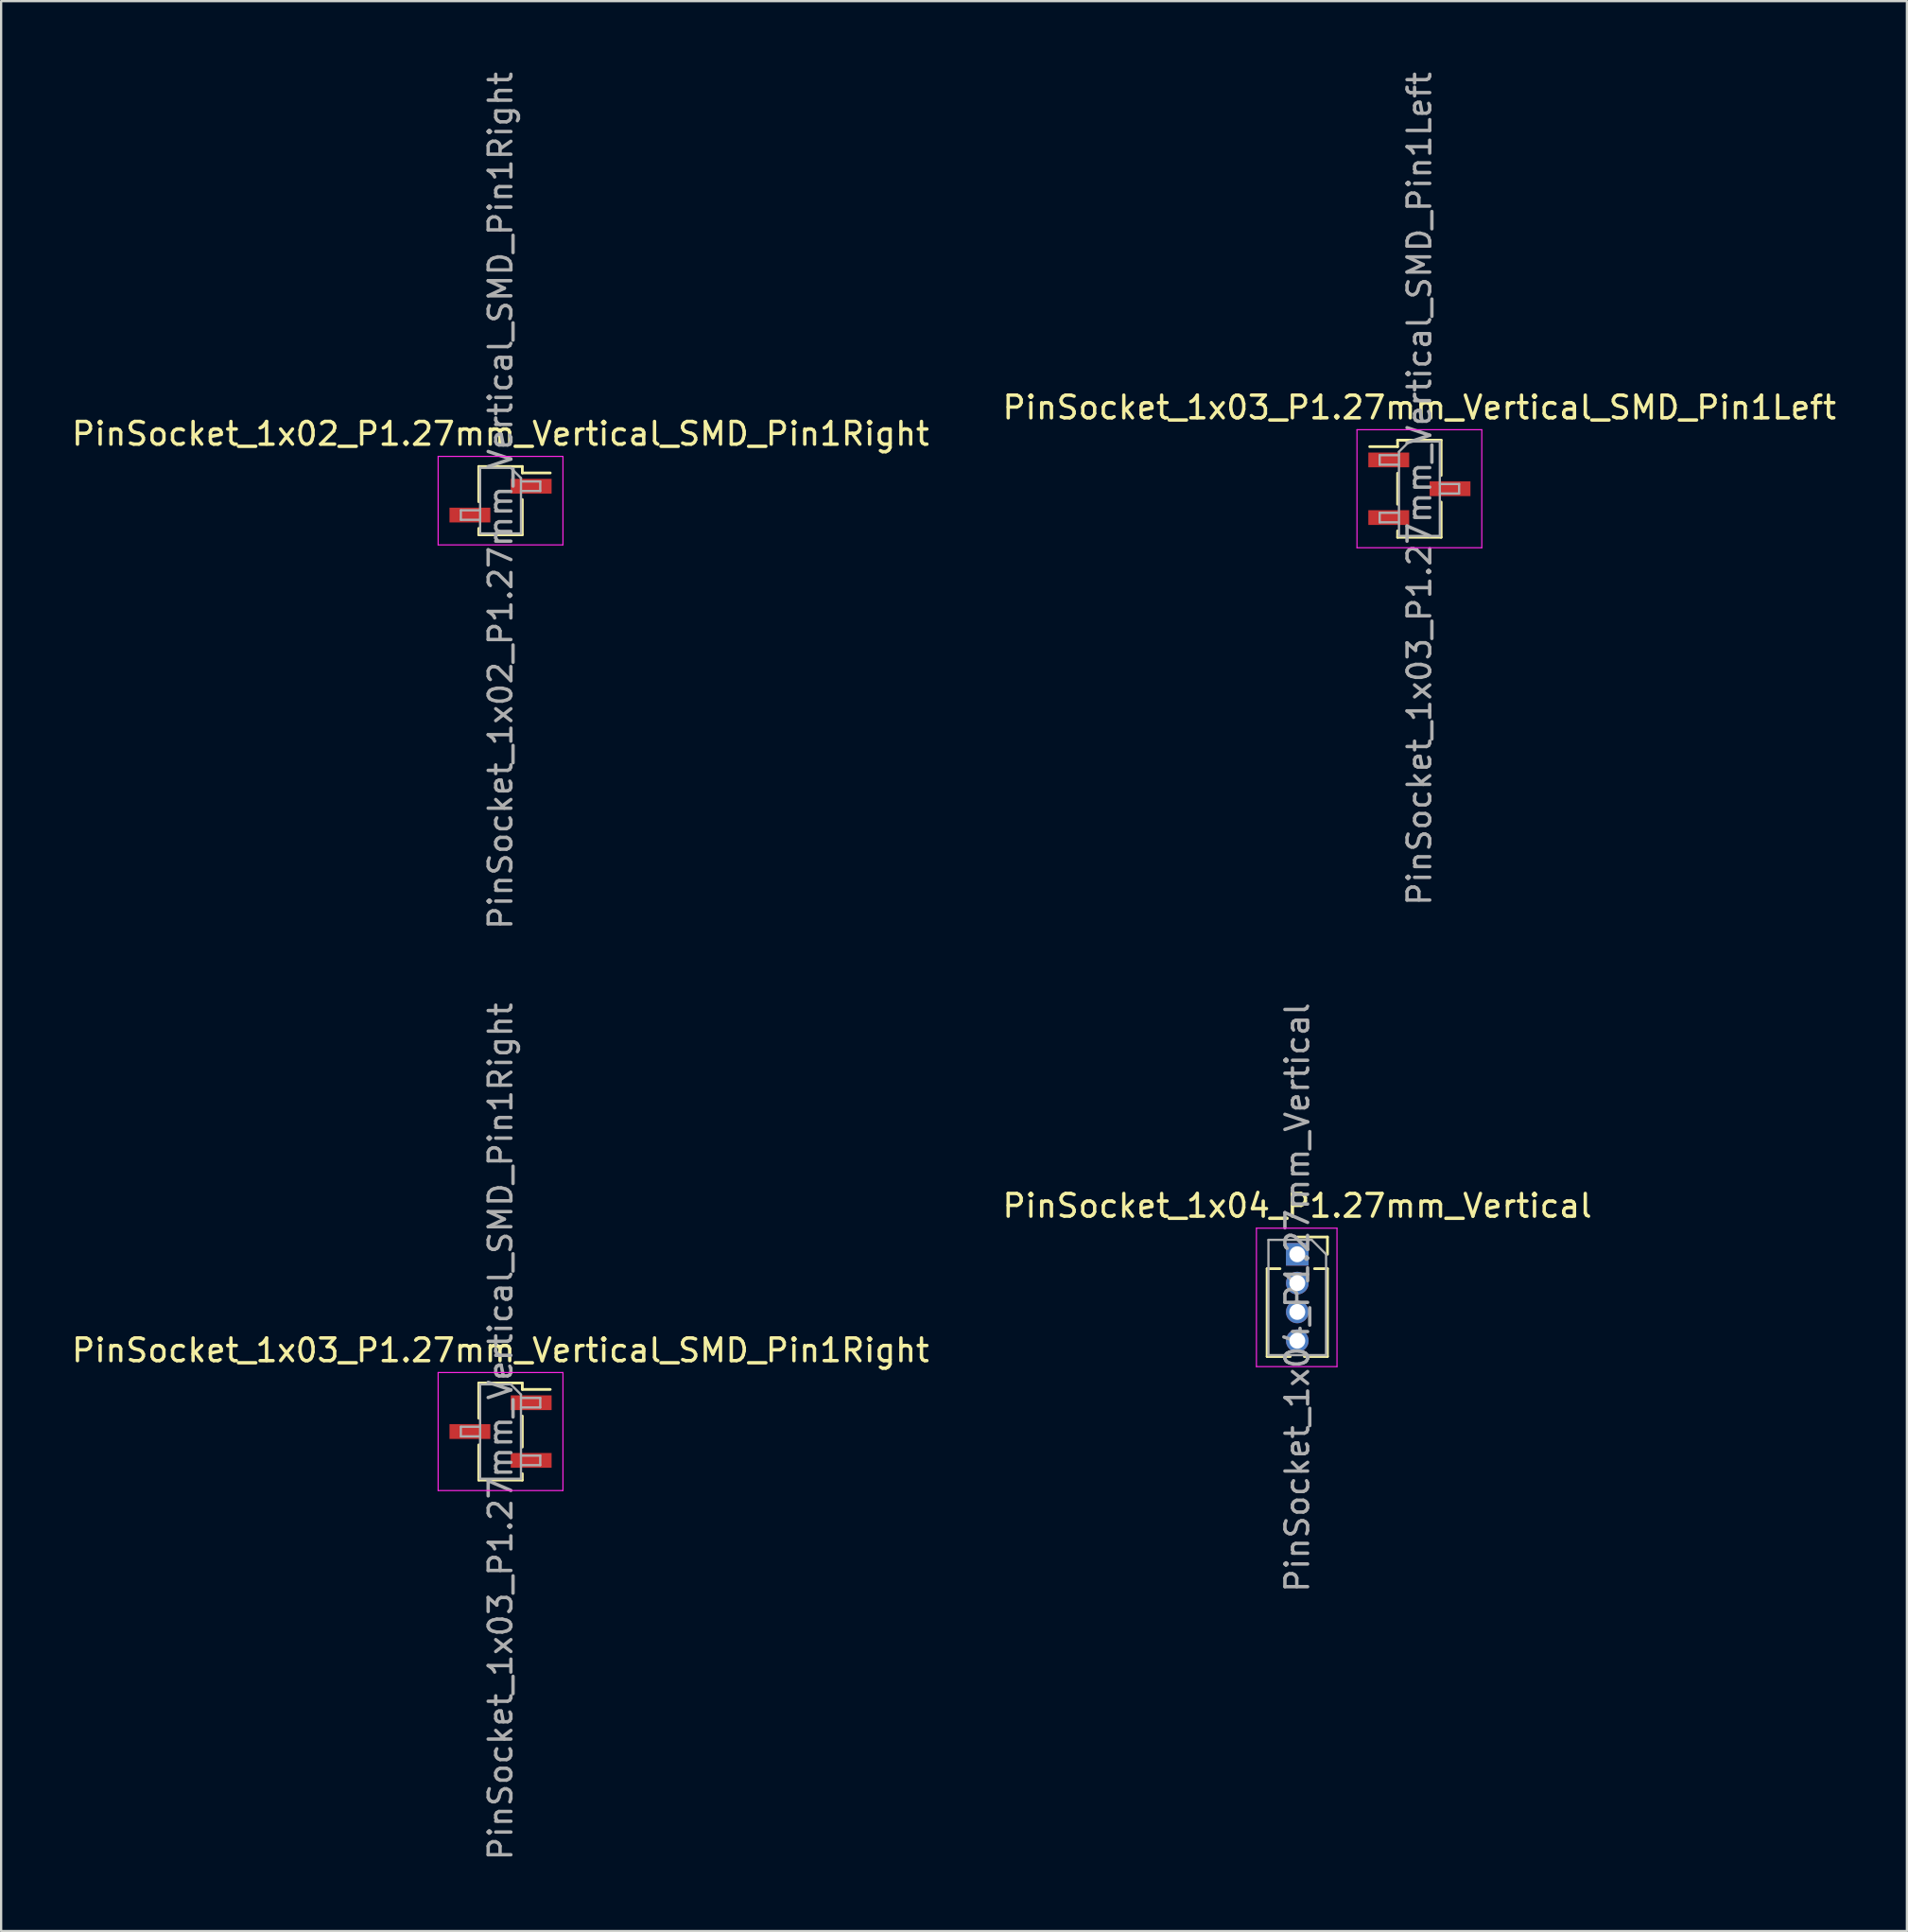
<source format=kicad_pcb>
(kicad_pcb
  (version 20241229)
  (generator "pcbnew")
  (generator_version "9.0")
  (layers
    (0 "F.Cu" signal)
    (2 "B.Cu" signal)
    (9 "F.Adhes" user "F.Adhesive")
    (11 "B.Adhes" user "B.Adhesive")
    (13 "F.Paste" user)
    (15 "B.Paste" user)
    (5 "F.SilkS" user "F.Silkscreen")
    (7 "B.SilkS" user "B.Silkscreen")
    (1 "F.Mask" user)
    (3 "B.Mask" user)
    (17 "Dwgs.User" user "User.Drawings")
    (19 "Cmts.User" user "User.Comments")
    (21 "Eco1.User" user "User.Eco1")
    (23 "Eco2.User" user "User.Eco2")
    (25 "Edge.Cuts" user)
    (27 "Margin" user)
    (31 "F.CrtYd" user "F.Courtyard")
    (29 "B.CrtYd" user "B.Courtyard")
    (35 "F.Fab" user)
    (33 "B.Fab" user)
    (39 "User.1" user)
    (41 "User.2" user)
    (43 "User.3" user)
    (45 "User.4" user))
  (footprint "PinSocket_1x03_P1.27mm_Vertical_SMD_Pin1Left"
    (layer "F.Cu")
    (at 59.494 18.482)
    (property "Reference" "PinSocket_1x03_P1.27mm_Vertical_SMD_Pin1Left" (at 0 -3.58 0) (layer "F.SilkS") (effects (font (size 1 1) (thickness 0.15))))
    (attr smd)
    (fp_line (start -2.19 -1.855) (end -0.96 -1.855) (stroke (width 0.12) (type solid)) (layer "F.SilkS"))
    (fp_line (start -0.96 -2.14) (end -0.96 -1.855) (stroke (width 0.12) (type solid)) (layer "F.SilkS"))
    (fp_line (start -0.96 -2.14) (end 0.96 -2.14) (stroke (width 0.12) (type solid)) (layer "F.SilkS"))
    (fp_line (start -0.96 -0.685) (end -0.96 0.685) (stroke (width 0.12) (type solid)) (layer "F.SilkS"))
    (fp_line (start -0.96 1.855) (end -0.96 2.14) (stroke (width 0.12) (type solid)) (layer "F.SilkS"))
    (fp_line (start -0.96 2.14) (end 0.96 2.14) (stroke (width 0.12) (type solid)) (layer "F.SilkS"))
    (fp_line (start 0.96 -2.14) (end 0.96 -0.585) (stroke (width 0.12) (type solid)) (layer "F.SilkS"))
    (fp_line (start 0.96 0.585) (end 0.96 2.14) (stroke (width 0.12) (type solid)) (layer "F.SilkS"))
    (fp_line (start -2.75 -2.6) (end 2.75 -2.6) (stroke (width 0.05) (type solid)) (layer "F.CrtYd"))
    (fp_line (start -2.75 2.6) (end -2.75 -2.6) (stroke (width 0.05) (type solid)) (layer "F.CrtYd"))
    (fp_line (start 2.75 -2.6) (end 2.75 2.6) (stroke (width 0.05) (type solid)) (layer "F.CrtYd"))
    (fp_line (start 2.75 2.6) (end -2.75 2.6) (stroke (width 0.05) (type solid)) (layer "F.CrtYd"))
    (fp_line (start -1.75 -1.48) (end -0.9 -1.48) (stroke (width 0.1) (type solid)) (layer "F.Fab"))
    (fp_line (start -1.75 -1.06) (end -1.75 -1.48) (stroke (width 0.1) (type solid)) (layer "F.Fab"))
    (fp_line (start -1.75 1.06) (end -0.9 1.06) (stroke (width 0.1) (type solid)) (layer "F.Fab"))
    (fp_line (start -1.75 1.48) (end -1.75 1.06) (stroke (width 0.1) (type solid)) (layer "F.Fab"))
    (fp_line (start -0.9 -1.63) (end -0.45 -2.08) (stroke (width 0.1) (type solid)) (layer "F.Fab"))
    (fp_line (start -0.9 -1.06) (end -1.75 -1.06) (stroke (width 0.1) (type solid)) (layer "F.Fab"))
    (fp_line (start -0.9 1.48) (end -1.75 1.48) (stroke (width 0.1) (type solid)) (layer "F.Fab"))
    (fp_line (start -0.9 2.08) (end -0.9 -1.63) (stroke (width 0.1) (type solid)) (layer "F.Fab"))
    (fp_line (start -0.45 -2.08) (end 0.9 -2.08) (stroke (width 0.1) (type solid)) (layer "F.Fab"))
    (fp_line (start 0.9 -2.08) (end 0.9 2.08) (stroke (width 0.1) (type solid)) (layer "F.Fab"))
    (fp_line (start 0.9 -0.21) (end 1.75 -0.21) (stroke (width 0.1) (type solid)) (layer "F.Fab"))
    (fp_line (start 0.9 2.08) (end -0.9 2.08) (stroke (width 0.1) (type solid)) (layer "F.Fab"))
    (fp_line (start 1.75 -0.21) (end 1.75 0.21) (stroke (width 0.1) (type solid)) (layer "F.Fab"))
    (fp_line (start 1.75 0.21) (end 0.9 0.21) (stroke (width 0.1) (type solid)) (layer "F.Fab"))
    (fp_text user "${REFERENCE}" (at 0 0 90) (layer "F.Fab") (effects (font (size 1 1) (thickness 0.15))))
    (pad "1" smd rect (at -1.35 -1.27) (size 1.8 0.65) (layers "F.Cu" "F.Mask" "F.Paste"))
    (pad "2" smd rect (at 1.35 0) (size 1.8 0.65) (layers "F.Cu" "F.Mask" "F.Paste"))
    (pad "3" smd rect (at -1.35 1.27) (size 1.8 0.65) (layers "F.Cu" "F.Mask" "F.Paste")))
  (footprint "PinSocket_1x02_P1.27mm_Vertical_SMD_Pin1Right"
    (layer "F.Cu")
    (at 19.006 19.006)
    (property "Reference" "PinSocket_1x02_P1.27mm_Vertical_SMD_Pin1Right" (at 0 -2.945 0) (layer "F.SilkS") (effects (font (size 1 1) (thickness 0.15))))
    (attr smd)
    (fp_line (start -0.96 -1.505) (end -0.96 0.05) (stroke (width 0.12) (type solid)) (layer "F.SilkS"))
    (fp_line (start -0.96 -1.505) (end 0.96 -1.505) (stroke (width 0.12) (type solid)) (layer "F.SilkS"))
    (fp_line (start -0.96 1.22) (end -0.96 1.505) (stroke (width 0.12) (type solid)) (layer "F.SilkS"))
    (fp_line (start -0.96 1.505) (end 0.96 1.505) (stroke (width 0.12) (type solid)) (layer "F.SilkS"))
    (fp_line (start 0.96 -1.505) (end 0.96 -1.22) (stroke (width 0.12) (type solid)) (layer "F.SilkS"))
    (fp_line (start 0.96 -1.22) (end 2.19 -1.22) (stroke (width 0.12) (type solid)) (layer "F.SilkS"))
    (fp_line (start 0.96 -0.05) (end 0.96 1.505) (stroke (width 0.12) (type solid)) (layer "F.SilkS"))
    (fp_line (start -2.75 -1.95) (end 2.75 -1.95) (stroke (width 0.05) (type solid)) (layer "F.CrtYd"))
    (fp_line (start -2.75 1.95) (end -2.75 -1.95) (stroke (width 0.05) (type solid)) (layer "F.CrtYd"))
    (fp_line (start 2.75 -1.95) (end 2.75 1.95) (stroke (width 0.05) (type solid)) (layer "F.CrtYd"))
    (fp_line (start 2.75 1.95) (end -2.75 1.95) (stroke (width 0.05) (type solid)) (layer "F.CrtYd"))
    (fp_line (start -1.75 0.425) (end -0.9 0.425) (stroke (width 0.1) (type solid)) (layer "F.Fab"))
    (fp_line (start -1.75 0.845) (end -1.75 0.425) (stroke (width 0.1) (type solid)) (layer "F.Fab"))
    (fp_line (start -0.9 -1.445) (end 0.45 -1.445) (stroke (width 0.1) (type solid)) (layer "F.Fab"))
    (fp_line (start -0.9 0.845) (end -1.75 0.845) (stroke (width 0.1) (type solid)) (layer "F.Fab"))
    (fp_line (start -0.9 1.445) (end -0.9 -1.445) (stroke (width 0.1) (type solid)) (layer "F.Fab"))
    (fp_line (start 0.45 -1.445) (end 0.9 -0.995) (stroke (width 0.1) (type solid)) (layer "F.Fab"))
    (fp_line (start 0.9 -0.995) (end 0.9 1.445) (stroke (width 0.1) (type solid)) (layer "F.Fab"))
    (fp_line (start 0.9 -0.845) (end 1.75 -0.845) (stroke (width 0.1) (type solid)) (layer "F.Fab"))
    (fp_line (start 0.9 1.445) (end -0.9 1.445) (stroke (width 0.1) (type solid)) (layer "F.Fab"))
    (fp_line (start 1.75 -0.845) (end 1.75 -0.425) (stroke (width 0.1) (type solid)) (layer "F.Fab"))
    (fp_line (start 1.75 -0.425) (end 0.9 -0.425) (stroke (width 0.1) (type solid)) (layer "F.Fab"))
    (fp_text user "${REFERENCE}" (at 0 0 90) (layer "F.Fab") (effects (font (size 1 1) (thickness 0.15))))
    (pad "1" smd rect (at 1.35 -0.635) (size 1.8 0.65) (layers "F.Cu" "F.Mask" "F.Paste"))
    (pad "2" smd rect (at -1.35 0.635) (size 1.8 0.65) (layers "F.Cu" "F.Mask" "F.Paste")))
  (footprint "PinSocket_1x04_P1.27mm_Vertical"
    (layer "F.Cu")
    (at 54.113 52.208)
    (property "Reference" "PinSocket_1x04_P1.27mm_Vertical" (at 0 -2.135 0) (layer "F.SilkS") (effects (font (size 1 1) (thickness 0.15))))
    (attr through_hole)
    (fp_line (start -1.33 0.635) (end -1.33 4.505) (stroke (width 0.12) (type solid)) (layer "F.SilkS"))
    (fp_line (start -1.33 0.635) (end -0.76 0.635) (stroke (width 0.12) (type solid)) (layer "F.SilkS"))
    (fp_line (start -1.33 4.505) (end -0.308 4.505) (stroke (width 0.12) (type solid)) (layer "F.SilkS"))
    (fp_line (start 0 -0.76) (end 1.33 -0.76) (stroke (width 0.12) (type solid)) (layer "F.SilkS"))
    (fp_line (start 0.308 4.505) (end 1.33 4.505) (stroke (width 0.12) (type solid)) (layer "F.SilkS"))
    (fp_line (start 0.76 0.635) (end 1.33 0.635) (stroke (width 0.12) (type solid)) (layer "F.SilkS"))
    (fp_line (start 1.33 -0.76) (end 1.33 0) (stroke (width 0.12) (type solid)) (layer "F.SilkS"))
    (fp_line (start 1.33 0.635) (end 1.33 4.505) (stroke (width 0.12) (type solid)) (layer "F.SilkS"))
    (fp_line (start -1.8 -1.15) (end 1.75 -1.15) (stroke (width 0.05) (type solid)) (layer "F.CrtYd"))
    (fp_line (start -1.8 4.95) (end -1.8 -1.15) (stroke (width 0.05) (type solid)) (layer "F.CrtYd"))
    (fp_line (start 1.75 -1.15) (end 1.75 4.95) (stroke (width 0.05) (type solid)) (layer "F.CrtYd"))
    (fp_line (start 1.75 4.95) (end -1.8 4.95) (stroke (width 0.05) (type solid)) (layer "F.CrtYd"))
    (fp_line (start -1.27 -0.635) (end 0.635 -0.635) (stroke (width 0.1) (type solid)) (layer "F.Fab"))
    (fp_line (start -1.27 4.445) (end -1.27 -0.635) (stroke (width 0.1) (type solid)) (layer "F.Fab"))
    (fp_line (start 0.635 -0.635) (end 1.27 0) (stroke (width 0.1) (type solid)) (layer "F.Fab"))
    (fp_line (start 1.27 0) (end 1.27 4.445) (stroke (width 0.1) (type solid)) (layer "F.Fab"))
    (fp_line (start 1.27 4.445) (end -1.27 4.445) (stroke (width 0.1) (type solid)) (layer "F.Fab"))
    (fp_text user "${REFERENCE}" (at 0 1.905 90) (layer "F.Fab") (effects (font (size 1 1) (thickness 0.15))))
    (pad "1" thru_hole rect (at 0 0) (size 1 1) (drill 0.7) (layers "*.Cu" "*.Mask"))
    (pad "2" thru_hole oval (at 0 1.27) (size 1 1) (drill 0.7) (layers "*.Cu" "*.Mask"))
    (pad "3" thru_hole oval (at 0 2.54) (size 1 1) (drill 0.7) (layers "*.Cu" "*.Mask"))
    (pad "4" thru_hole oval (at 0 3.81) (size 1 1) (drill 0.7) (layers "*.Cu" "*.Mask")))
  (footprint "PinSocket_1x03_P1.27mm_Vertical_SMD_Pin1Right"
    (layer "F.Cu")
    (at 19.006 60.018)
    (property "Reference" "PinSocket_1x03_P1.27mm_Vertical_SMD_Pin1Right" (at 0 -3.58 0) (layer "F.SilkS") (effects (font (size 1 1) (thickness 0.15))))
    (attr smd)
    (fp_line (start -0.96 -2.14) (end -0.96 -0.585) (stroke (width 0.12) (type solid)) (layer "F.SilkS"))
    (fp_line (start -0.96 -2.14) (end 0.96 -2.14) (stroke (width 0.12) (type solid)) (layer "F.SilkS"))
    (fp_line (start -0.96 0.585) (end -0.96 2.14) (stroke (width 0.12) (type solid)) (layer "F.SilkS"))
    (fp_line (start -0.96 2.14) (end 0.96 2.14) (stroke (width 0.12) (type solid)) (layer "F.SilkS"))
    (fp_line (start 0.96 -2.14) (end 0.96 -1.855) (stroke (width 0.12) (type solid)) (layer "F.SilkS"))
    (fp_line (start 0.96 -1.855) (end 2.19 -1.855) (stroke (width 0.12) (type solid)) (layer "F.SilkS"))
    (fp_line (start 0.96 -0.685) (end 0.96 0.685) (stroke (width 0.12) (type solid)) (layer "F.SilkS"))
    (fp_line (start 0.96 1.855) (end 0.96 2.14) (stroke (width 0.12) (type solid)) (layer "F.SilkS"))
    (fp_line (start -2.75 -2.6) (end 2.75 -2.6) (stroke (width 0.05) (type solid)) (layer "F.CrtYd"))
    (fp_line (start -2.75 2.6) (end -2.75 -2.6) (stroke (width 0.05) (type solid)) (layer "F.CrtYd"))
    (fp_line (start 2.75 -2.6) (end 2.75 2.6) (stroke (width 0.05) (type solid)) (layer "F.CrtYd"))
    (fp_line (start 2.75 2.6) (end -2.75 2.6) (stroke (width 0.05) (type solid)) (layer "F.CrtYd"))
    (fp_line (start -1.75 -0.21) (end -0.9 -0.21) (stroke (width 0.1) (type solid)) (layer "F.Fab"))
    (fp_line (start -1.75 0.21) (end -1.75 -0.21) (stroke (width 0.1) (type solid)) (layer "F.Fab"))
    (fp_line (start -0.9 -2.08) (end 0.45 -2.08) (stroke (width 0.1) (type solid)) (layer "F.Fab"))
    (fp_line (start -0.9 0.21) (end -1.75 0.21) (stroke (width 0.1) (type solid)) (layer "F.Fab"))
    (fp_line (start -0.9 2.08) (end -0.9 -2.08) (stroke (width 0.1) (type solid)) (layer "F.Fab"))
    (fp_line (start 0.45 -2.08) (end 0.9 -1.63) (stroke (width 0.1) (type solid)) (layer "F.Fab"))
    (fp_line (start 0.9 -1.63) (end 0.9 2.08) (stroke (width 0.1) (type solid)) (layer "F.Fab"))
    (fp_line (start 0.9 -1.48) (end 1.75 -1.48) (stroke (width 0.1) (type solid)) (layer "F.Fab"))
    (fp_line (start 0.9 1.06) (end 1.75 1.06) (stroke (width 0.1) (type solid)) (layer "F.Fab"))
    (fp_line (start 0.9 2.08) (end -0.9 2.08) (stroke (width 0.1) (type solid)) (layer "F.Fab"))
    (fp_line (start 1.75 -1.48) (end 1.75 -1.06) (stroke (width 0.1) (type solid)) (layer "F.Fab"))
    (fp_line (start 1.75 -1.06) (end 0.9 -1.06) (stroke (width 0.1) (type solid)) (layer "F.Fab"))
    (fp_line (start 1.75 1.06) (end 1.75 1.48) (stroke (width 0.1) (type solid)) (layer "F.Fab"))
    (fp_line (start 1.75 1.48) (end 0.9 1.48) (stroke (width 0.1) (type solid)) (layer "F.Fab"))
    (fp_text user "${REFERENCE}" (at 0 0 90) (layer "F.Fab") (effects (font (size 1 1) (thickness 0.15))))
    (pad "1" smd rect (at 1.35 -1.27) (size 1.8 0.65) (layers "F.Cu" "F.Mask" "F.Paste"))
    (pad "2" smd rect (at -1.35 0) (size 1.8 0.65) (layers "F.Cu" "F.Mask" "F.Paste"))
    (pad "3" smd rect (at 1.35 1.27) (size 1.8 0.65) (layers "F.Cu" "F.Mask" "F.Paste")))
  (gr_rect
    (start -3 -3)
    (end 80.976 82.024)
    (stroke (width 0.1) (type default))
    (fill no)
    (layer "Edge.Cuts")))
</source>
